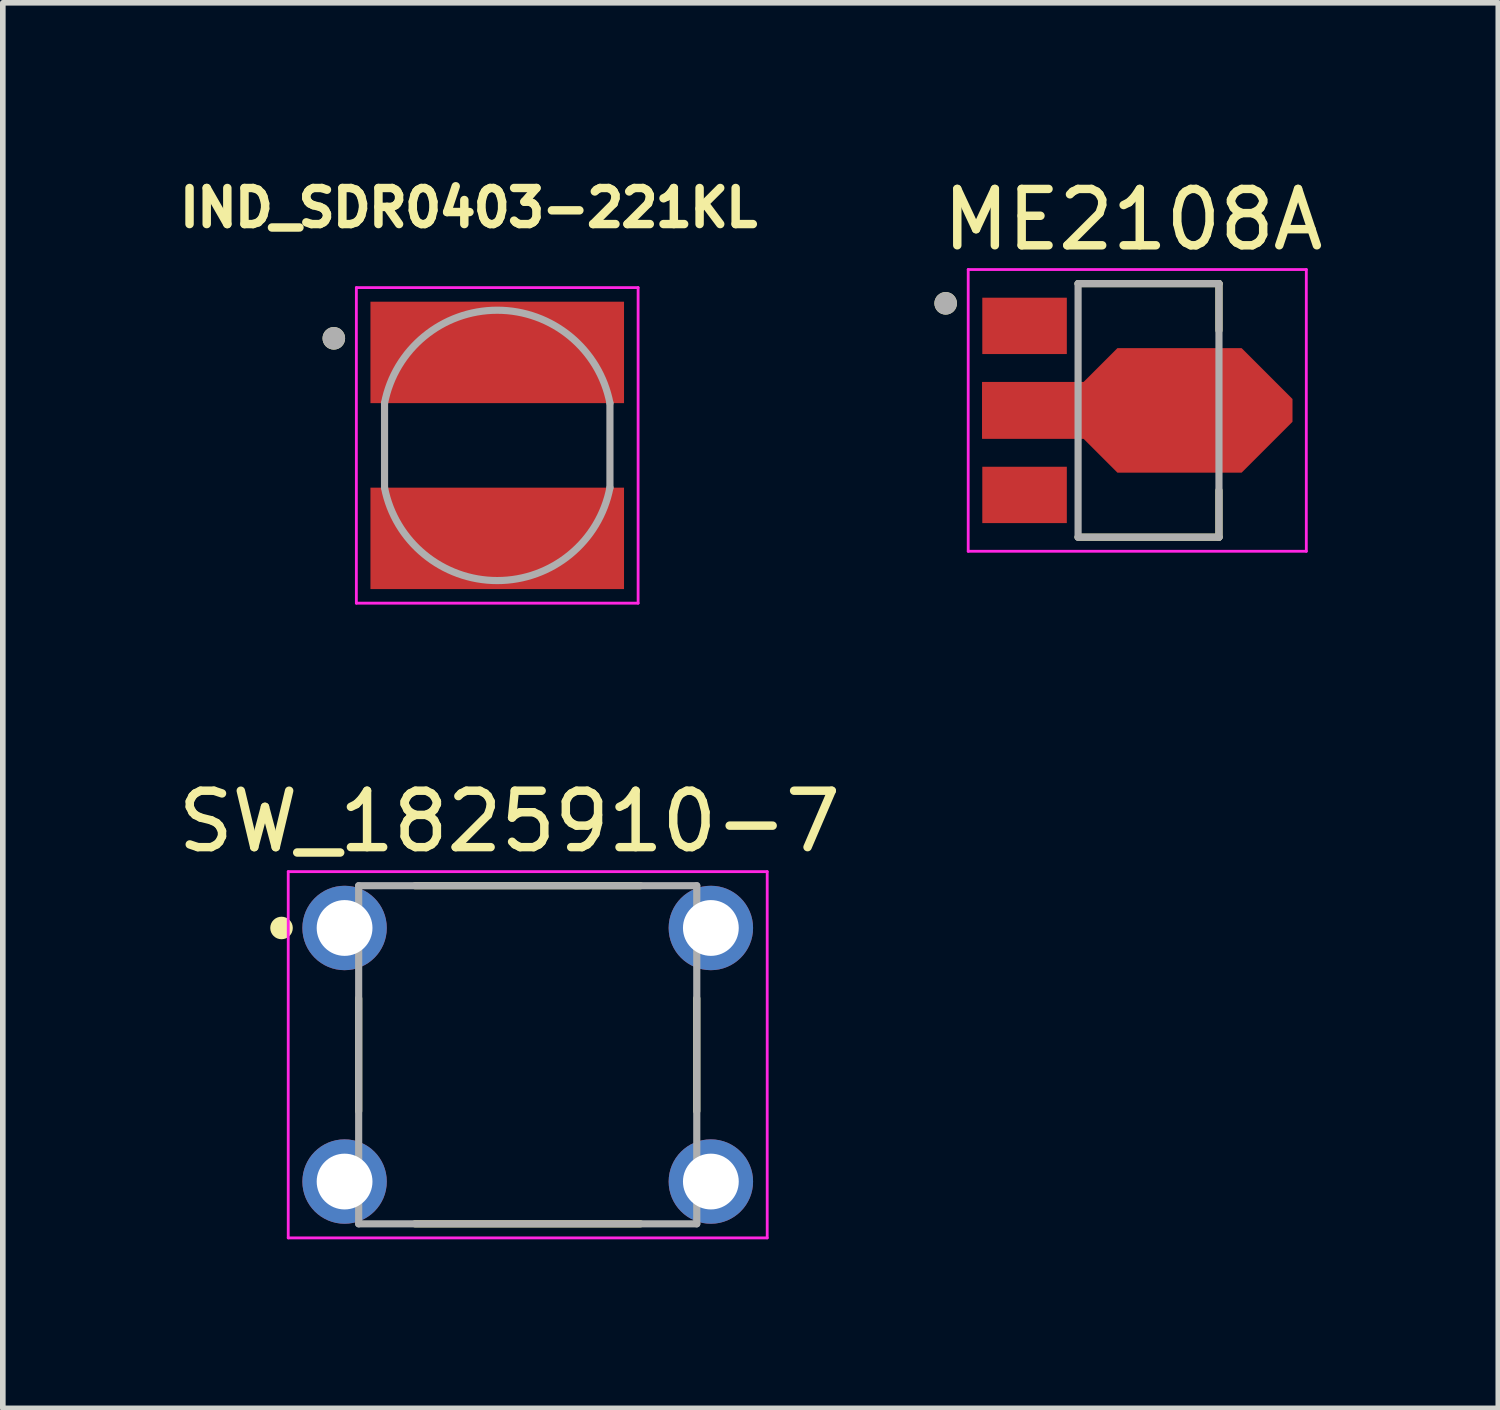
<source format=kicad_pcb>
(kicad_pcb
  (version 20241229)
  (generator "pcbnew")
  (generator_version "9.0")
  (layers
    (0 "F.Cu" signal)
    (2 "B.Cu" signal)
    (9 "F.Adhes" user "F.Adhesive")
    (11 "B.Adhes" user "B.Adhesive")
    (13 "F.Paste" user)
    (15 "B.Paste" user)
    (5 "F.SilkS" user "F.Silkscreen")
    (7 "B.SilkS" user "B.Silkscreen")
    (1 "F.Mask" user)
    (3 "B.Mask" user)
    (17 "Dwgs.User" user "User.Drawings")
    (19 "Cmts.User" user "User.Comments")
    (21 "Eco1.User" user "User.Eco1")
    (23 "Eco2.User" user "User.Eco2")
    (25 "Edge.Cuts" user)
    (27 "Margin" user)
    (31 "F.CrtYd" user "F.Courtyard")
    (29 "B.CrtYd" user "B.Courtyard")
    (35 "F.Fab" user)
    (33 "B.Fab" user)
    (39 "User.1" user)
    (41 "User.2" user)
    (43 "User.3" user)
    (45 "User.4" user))
  (footprint "IND_SDR0403-221KL"
    (layer "F.Cu")
    (at 5.774 4.854)
    (property "Reference" "IND_SDR0403-221KL" (at -0.508 -4.216 0) (layer "F.SilkS") (effects (font (size 0.64 0.64) (thickness 0.15))))
    (attr through_hole)
    (fp_circle (center -2.9 -1.9) (end -2.8 -1.9) (stroke (width 0.2) (type solid)) (fill no) (layer "F.SilkS"))
    (fp_line (start -2.5 -2.8) (end 2.5 -2.8) (stroke (width 0.05) (type solid)) (layer "F.CrtYd"))
    (fp_line (start -2.5 2.8) (end -2.5 -2.8) (stroke (width 0.05) (type solid)) (layer "F.CrtYd"))
    (fp_line (start 2.5 -2.8) (end 2.5 2.8) (stroke (width 0.05) (type solid)) (layer "F.CrtYd"))
    (fp_line (start 2.5 2.8) (end -2.5 2.8) (stroke (width 0.05) (type solid)) (layer "F.CrtYd"))
    (fp_line (start -2 -0.75) (end -2 0.75) (stroke (width 0.127) (type solid)) (layer "F.Fab"))
    (fp_line (start 2 -0.75) (end 2 0.75) (stroke (width 0.127) (type solid)) (layer "F.Fab"))
    (fp_arc (start -2 -0.749999) (mid 0 -2.398672) (end 2 -0.75) (stroke (width 0.127) (type solid)) (layer "F.Fab"))
    (fp_arc (start 2 0.749999) (mid 0 2.398672) (end -2 0.75) (stroke (width 0.127) (type solid)) (layer "F.Fab"))
    (fp_circle (center -2.9 -1.9) (end -2.8 -1.9) (stroke (width 0.2) (type solid)) (fill no) (layer "F.Fab"))
    (pad "1" smd rect (at 0 -1.65) (size 4.5 1.8) (layers "F.Cu" "F.Mask" "F.Paste"))
    (pad "2" smd rect (at 0 1.65) (size 4.5 1.8) (layers "F.Cu" "F.Mask" "F.Paste")))
  (footprint "SW_1825910-7"
    (layer "F.Cu")
    (at 6.315 15.668)
    (property "Reference" "SW_1825910-7" (at -0.325 -4.14 0) (layer "F.SilkS") (effects (font (size 1.001 1.001) (thickness 0.15))))
    (attr through_hole)
    (fp_line (start -3 -1) (end -3 1) (stroke (width 0.127) (type solid)) (layer "F.SilkS"))
    (fp_line (start -2 -3) (end 2 -3) (stroke (width 0.127) (type solid)) (layer "F.SilkS"))
    (fp_line (start -2 3) (end 2 3) (stroke (width 0.127) (type solid)) (layer "F.SilkS"))
    (fp_line (start 3 -1) (end 3 1) (stroke (width 0.127) (type solid)) (layer "F.SilkS"))
    (fp_circle (center -4.369 -2.25) (end -4.269 -2.25) (stroke (width 0.2) (type solid)) (fill no) (layer "F.SilkS"))
    (fp_line (start -4.25 -3.25) (end 4.25 -3.25) (stroke (width 0.05) (type solid)) (layer "F.CrtYd"))
    (fp_line (start -4.25 3.25) (end -4.25 -3.25) (stroke (width 0.05) (type solid)) (layer "F.CrtYd"))
    (fp_line (start 4.25 -3.25) (end 4.25 3.25) (stroke (width 0.05) (type solid)) (layer "F.CrtYd"))
    (fp_line (start 4.25 3.25) (end -4.25 3.25) (stroke (width 0.05) (type solid)) (layer "F.CrtYd"))
    (fp_line (start -3 -3) (end 3 -3) (stroke (width 0.127) (type solid)) (layer "F.Fab"))
    (fp_line (start -3 3) (end -3 -3) (stroke (width 0.127) (type solid)) (layer "F.Fab"))
    (fp_line (start 3 -3) (end 3 3) (stroke (width 0.127) (type solid)) (layer "F.Fab"))
    (fp_line (start 3 3) (end -3 3) (stroke (width 0.127) (type solid)) (layer "F.Fab"))
    (pad "1" thru_hole circle (at -3.25 -2.25) (size 1.498 1.498) (drill 0.99) (layers "*.Cu" "*.Mask"))
    (pad "2" thru_hole circle (at 3.25 -2.25) (size 1.498 1.498) (drill 0.99) (layers "*.Cu" "*.Mask"))
    (pad "3" thru_hole circle (at -3.25 2.25) (size 1.498 1.498) (drill 0.99) (layers "*.Cu" "*.Mask"))
    (pad "4" thru_hole circle (at 3.25 2.25) (size 1.498 1.498) (drill 0.99) (layers "*.Cu" "*.Mask")))
  (footprint "ME2108A"
    (layer "F.Cu")
    (at 17.132 4.233)
    (property "Reference" "ME2108A" (at -0.075 -3.385 0) (layer "F.SilkS") (effects (font (size 1 1) (thickness 0.15))))
    (attr through_hole)
    (fp_poly (pts (xy -2.82 -2.07) (xy -1.18 -2.07) (xy -1.18 -0.93) (xy -2.82 -0.93)) (stroke (width 0.01) (type solid)) (fill yes) (layer "F.Mask"))
    (fp_poly (pts (xy -2.82 0.93) (xy -1.18 0.93) (xy -1.18 2.07) (xy -2.82 2.07)) (stroke (width 0.01) (type solid)) (fill yes) (layer "F.Mask"))
    (fp_poly (pts (xy -2.82 -0.57) (xy -0.985 -0.57) (xy -0.385 -1.17) (xy 1.885 -1.17) (xy 2.82 -0.235) (xy 2.82 0.235) (xy 1.885 1.17) (xy -0.385 1.17) (xy -0.985 0.57) (xy -2.82 0.57)) (stroke (width 0.01) (type solid)) (fill yes) (layer "F.Mask"))
    (fp_line (start -1.05 -2.25) (end 1.45 -2.25) (stroke (width 0.127) (type solid)) (layer "F.SilkS"))
    (fp_line (start 1.45 -2.25) (end 1.45 -1.42) (stroke (width 0.127) (type solid)) (layer "F.SilkS"))
    (fp_line (start 1.45 1.42) (end 1.45 2.25) (stroke (width 0.127) (type solid)) (layer "F.SilkS"))
    (fp_line (start 1.45 2.25) (end -1.05 2.25) (stroke (width 0.127) (type solid)) (layer "F.SilkS"))
    (fp_circle (center -3.4 -1.9) (end -3.3 -1.9) (stroke (width 0.2) (type solid)) (fill no) (layer "F.SilkS"))
    (fp_poly (pts (xy -2.75 -0.5) (xy -0.95 -0.5) (xy -0.35 -1.1) (xy 1.85 -1.1) (xy 2.75 -0.2) (xy 2.75 0.2) (xy 1.85 1.1) (xy -0.35 1.1) (xy -0.95 0.5) (xy -2.75 0.5)) (stroke (width 0.01) (type solid)) (fill yes) (layer "F.Paste"))
    (fp_line (start -3 -2.5) (end 3 -2.5) (stroke (width 0.05) (type solid)) (layer "F.CrtYd"))
    (fp_line (start -3 2.5) (end -3 -2.5) (stroke (width 0.05) (type solid)) (layer "F.CrtYd"))
    (fp_line (start 3 -2.5) (end 3 2.5) (stroke (width 0.05) (type solid)) (layer "F.CrtYd"))
    (fp_line (start 3 2.5) (end -3 2.5) (stroke (width 0.05) (type solid)) (layer "F.CrtYd"))
    (fp_line (start -1.05 -2.25) (end 1.45 -2.25) (stroke (width 0.127) (type solid)) (layer "F.Fab"))
    (fp_line (start -1.05 2.25) (end -1.05 -2.25) (stroke (width 0.127) (type solid)) (layer "F.Fab"))
    (fp_line (start 1.45 -2.25) (end 1.45 2.25) (stroke (width 0.127) (type solid)) (layer "F.Fab"))
    (fp_line (start 1.45 2.25) (end -1.05 2.25) (stroke (width 0.127) (type solid)) (layer "F.Fab"))
    (fp_circle (center -3.4 -1.9) (end -3.3 -1.9) (stroke (width 0.2) (type solid)) (fill no) (layer "F.Fab"))
    (pad "1" smd rect (at -2 -1.5) (size 1.5 1) (layers "F.Cu" "F.Paste"))
    (pad "2" smd custom (at -2 0) (size 1.4 0.9) (layers "F.Cu") (options (anchor rect)) (primitives (gr_poly (pts (xy -0.75 -0.5) (xy 1.05 -0.5) (xy 1.65 -1.1) (xy 3.85 -1.1) (xy 4.75 -0.2) (xy 4.75 0.2) (xy 3.85 1.1) (xy 1.65 1.1) (xy 1.05 0.5) (xy -0.75 0.5)) (width 0.01) (fill yes))))
    (pad "3" smd rect (at -2 1.5) (size 1.5 1) (layers "F.Cu" "F.Paste")))
  (gr_rect
    (start -3 -3)
    (end 23.539 21.943)
    (stroke (width 0.1) (type default))
    (fill no)
    (layer "Edge.Cuts")))
</source>
